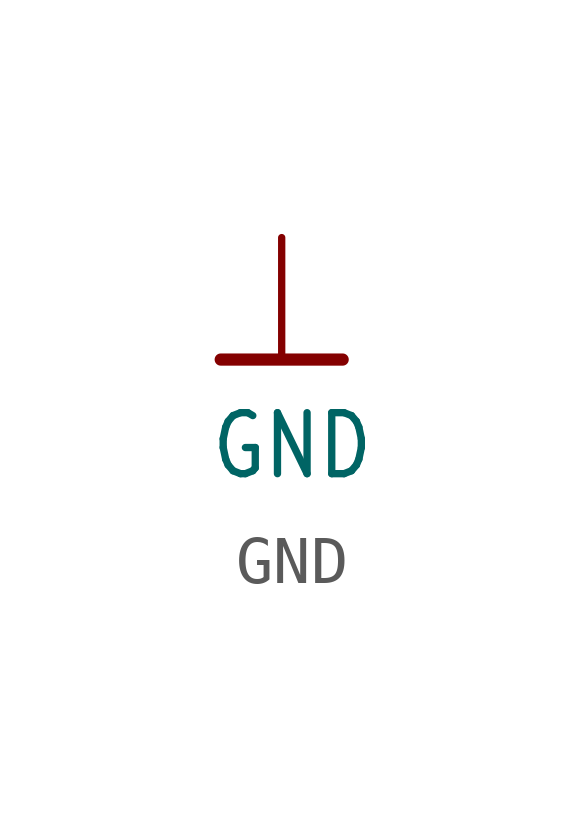
<source format=kicad_sym>
(kicad_symbol_lib
  (version 20211014)
  (generator kicad_symbol_editor)
  (symbol "GND"
    (power)
    (property "Reference" ""
      (at 0 0 0)
      (effects (font (size 1.27 1.27)) hide))
    (property "Value" "GND"
      (at -1.524 -2.54 0)
      (effects (font (size 1.27 1.079)) (justify left bottom)))
    (property "ki_locked" ""
      (at 0 0 0)
      (effects (font (size 1.27 1.27))))
    (symbol "GND_1_0"
      (polyline (pts (xy -1.27 0) (xy 1.27 0)) (stroke (width 0.254) (type default) (color 0 0 0 0)) (fill (type none)))
      (pin power_in line (at 0 2.54 270) (length 2.54) (name "GND" (effects (font (size 0 0)))) (number "1" (effects (font (size 0 0))))))))
</source>
